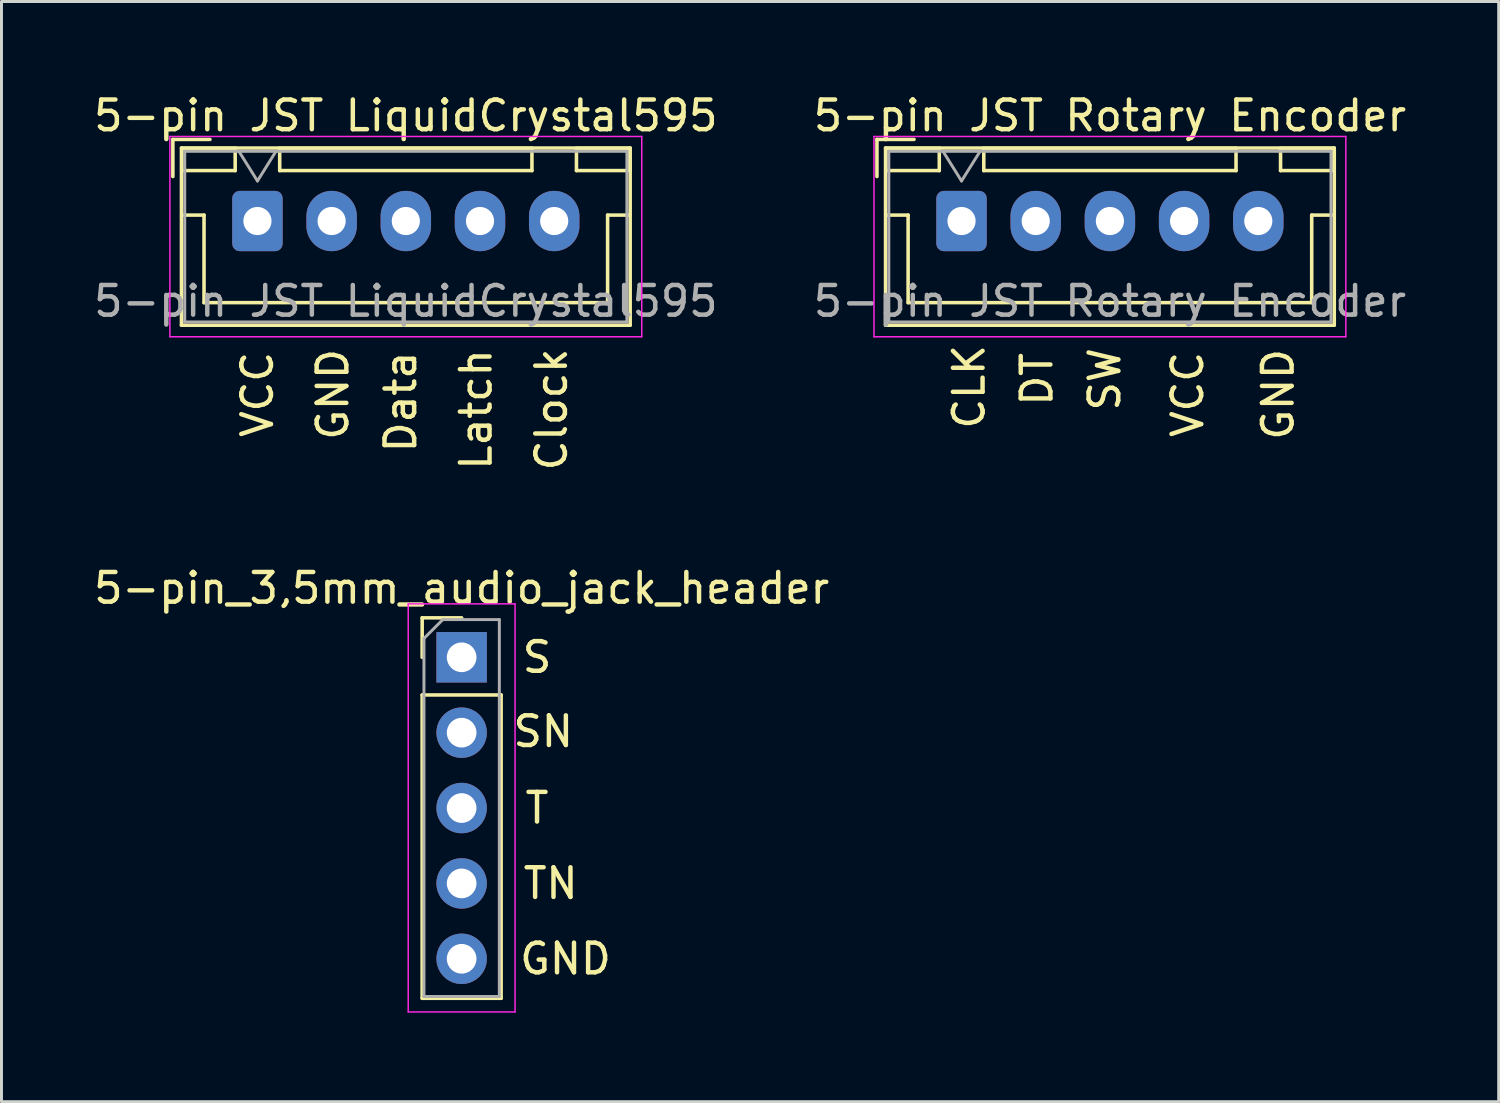
<source format=kicad_pcb>
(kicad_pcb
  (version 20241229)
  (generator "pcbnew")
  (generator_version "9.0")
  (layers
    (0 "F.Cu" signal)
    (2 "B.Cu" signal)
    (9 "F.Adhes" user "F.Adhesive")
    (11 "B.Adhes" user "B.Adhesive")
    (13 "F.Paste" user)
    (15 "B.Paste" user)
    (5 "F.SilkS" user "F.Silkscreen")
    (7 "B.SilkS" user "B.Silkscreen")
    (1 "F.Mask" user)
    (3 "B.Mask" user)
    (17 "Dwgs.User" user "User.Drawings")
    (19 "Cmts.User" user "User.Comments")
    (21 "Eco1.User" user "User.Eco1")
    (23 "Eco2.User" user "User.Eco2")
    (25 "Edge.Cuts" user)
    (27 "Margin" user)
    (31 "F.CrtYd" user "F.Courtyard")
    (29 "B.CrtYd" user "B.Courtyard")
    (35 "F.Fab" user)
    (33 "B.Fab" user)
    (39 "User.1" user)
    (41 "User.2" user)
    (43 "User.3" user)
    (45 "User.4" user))
  (footprint "5-pin_3,5mm_audio_jack_header"
    (layer "F.Cu")
    (at 12.506 19.099)
    (property "Reference" "5-pin_3,5mm_audio_jack_header" (at 0 -2.33 0) (layer "F.SilkS") (effects (font (size 1 1) (thickness 0.15))))
    (attr through_hole)
    (fp_line (start -1.33 -1.33) (end 0 -1.33) (stroke (width 0.12) (type solid)) (layer "F.SilkS"))
    (fp_line (start -1.33 0) (end -1.33 -1.33) (stroke (width 0.12) (type solid)) (layer "F.SilkS"))
    (fp_line (start -1.33 1.27) (end -1.33 11.49) (stroke (width 0.12) (type solid)) (layer "F.SilkS"))
    (fp_line (start -1.33 1.27) (end 1.33 1.27) (stroke (width 0.12) (type solid)) (layer "F.SilkS"))
    (fp_line (start -1.33 11.49) (end 1.33 11.49) (stroke (width 0.12) (type solid)) (layer "F.SilkS"))
    (fp_line (start 1.33 1.27) (end 1.33 11.49) (stroke (width 0.12) (type solid)) (layer "F.SilkS"))
    (fp_line (start -1.8 -1.8) (end -1.8 11.95) (stroke (width 0.05) (type solid)) (layer "F.CrtYd"))
    (fp_line (start -1.8 11.95) (end 1.8 11.95) (stroke (width 0.05) (type solid)) (layer "F.CrtYd"))
    (fp_line (start 1.8 -1.8) (end -1.8 -1.8) (stroke (width 0.05) (type solid)) (layer "F.CrtYd"))
    (fp_line (start 1.8 11.95) (end 1.8 -1.8) (stroke (width 0.05) (type solid)) (layer "F.CrtYd"))
    (fp_line (start -1.27 -0.635) (end -0.635 -1.27) (stroke (width 0.1) (type solid)) (layer "F.Fab"))
    (fp_line (start -1.27 11.43) (end -1.27 -0.635) (stroke (width 0.1) (type solid)) (layer "F.Fab"))
    (fp_line (start -0.635 -1.27) (end 1.27 -1.27) (stroke (width 0.1) (type solid)) (layer "F.Fab"))
    (fp_line (start 1.27 -1.27) (end 1.27 11.43) (stroke (width 0.1) (type solid)) (layer "F.Fab"))
    (fp_line (start 1.27 11.43) (end -1.27 11.43) (stroke (width 0.1) (type solid)) (layer "F.Fab"))
    (fp_text user "T" (at 2.54 5.08 0) (layer "F.SilkS") (effects (font (size 1 1) (thickness 0.15))))
    (fp_text user "S" (at 2.54 0 0) (layer "F.SilkS") (effects (font (size 1 1) (thickness 0.15))))
    (fp_text user "TN" (at 3 7.62 0) (layer "F.SilkS") (effects (font (size 1 1) (thickness 0.15))))
    (fp_text user "SN" (at 2.75 2.5 0) (layer "F.SilkS") (effects (font (size 1 1) (thickness 0.15))))
    (fp_text user "GND" (at 3.5 10.16 0) (layer "F.SilkS") (effects (font (size 1 1) (thickness 0.15))))
    (pad "1" thru_hole rect (at 0 0) (size 1.7 1.7) (drill 1) (layers "*.Cu" "*.Mask"))
    (pad "2" thru_hole oval (at 0 2.54) (size 1.7 1.7) (drill 1) (layers "*.Cu" "*.Mask"))
    (pad "3" thru_hole oval (at 0 5.08) (size 1.7 1.7) (drill 1) (layers "*.Cu" "*.Mask"))
    (pad "4" thru_hole oval (at 0 7.62) (size 1.7 1.7) (drill 1) (layers "*.Cu" "*.Mask"))
    (pad "5" thru_hole oval (at 0 10.16) (size 1.7 1.7) (drill 1) (layers "*.Cu" "*.Mask")))
  (footprint "5-pin JST LiquidCrystal595"
    (layer "F.Cu")
    (at 5.625 4.398)
    (property "Reference" "5-pin JST LiquidCrystal595" (at 5 -3.55 0) (layer "F.SilkS") (effects (font (size 1 1) (thickness 0.15))))
    (attr through_hole)
    (fp_line (start -2.85 -2.75) (end -2.85 -1.5) (stroke (width 0.12) (type solid)) (layer "F.SilkS"))
    (fp_line (start -2.56 -2.46) (end -2.56 3.51) (stroke (width 0.12) (type solid)) (layer "F.SilkS"))
    (fp_line (start -2.56 3.51) (end 12.56 3.51) (stroke (width 0.12) (type solid)) (layer "F.SilkS"))
    (fp_line (start -2.55 -2.45) (end -2.55 -1.7) (stroke (width 0.12) (type solid)) (layer "F.SilkS"))
    (fp_line (start -2.55 -1.7) (end -0.75 -1.7) (stroke (width 0.12) (type solid)) (layer "F.SilkS"))
    (fp_line (start -2.55 -0.2) (end -1.8 -0.2) (stroke (width 0.12) (type solid)) (layer "F.SilkS"))
    (fp_line (start -1.8 -0.2) (end -1.8 2.75) (stroke (width 0.12) (type solid)) (layer "F.SilkS"))
    (fp_line (start -1.8 2.75) (end 5 2.75) (stroke (width 0.12) (type solid)) (layer "F.SilkS"))
    (fp_line (start -1.6 -2.75) (end -2.85 -2.75) (stroke (width 0.12) (type solid)) (layer "F.SilkS"))
    (fp_line (start -0.75 -2.45) (end -2.55 -2.45) (stroke (width 0.12) (type solid)) (layer "F.SilkS"))
    (fp_line (start -0.75 -1.7) (end -0.75 -2.45) (stroke (width 0.12) (type solid)) (layer "F.SilkS"))
    (fp_line (start 0.75 -2.45) (end 0.75 -1.7) (stroke (width 0.12) (type solid)) (layer "F.SilkS"))
    (fp_line (start 0.75 -1.7) (end 9.25 -1.7) (stroke (width 0.12) (type solid)) (layer "F.SilkS"))
    (fp_line (start 9.25 -2.45) (end 0.75 -2.45) (stroke (width 0.12) (type solid)) (layer "F.SilkS"))
    (fp_line (start 9.25 -1.7) (end 9.25 -2.45) (stroke (width 0.12) (type solid)) (layer "F.SilkS"))
    (fp_line (start 10.75 -2.45) (end 10.75 -1.7) (stroke (width 0.12) (type solid)) (layer "F.SilkS"))
    (fp_line (start 10.75 -1.7) (end 12.55 -1.7) (stroke (width 0.12) (type solid)) (layer "F.SilkS"))
    (fp_line (start 11.8 -0.2) (end 11.8 2.75) (stroke (width 0.12) (type solid)) (layer "F.SilkS"))
    (fp_line (start 11.8 2.75) (end 5 2.75) (stroke (width 0.12) (type solid)) (layer "F.SilkS"))
    (fp_line (start 12.55 -2.45) (end 10.75 -2.45) (stroke (width 0.12) (type solid)) (layer "F.SilkS"))
    (fp_line (start 12.55 -1.7) (end 12.55 -2.45) (stroke (width 0.12) (type solid)) (layer "F.SilkS"))
    (fp_line (start 12.55 -0.2) (end 11.8 -0.2) (stroke (width 0.12) (type solid)) (layer "F.SilkS"))
    (fp_line (start 12.56 -2.46) (end -2.56 -2.46) (stroke (width 0.12) (type solid)) (layer "F.SilkS"))
    (fp_line (start 12.56 3.51) (end 12.56 -2.46) (stroke (width 0.12) (type solid)) (layer "F.SilkS"))
    (fp_line (start -2.95 -2.85) (end -2.95 3.9) (stroke (width 0.05) (type solid)) (layer "F.CrtYd"))
    (fp_line (start -2.95 3.9) (end 12.95 3.9) (stroke (width 0.05) (type solid)) (layer "F.CrtYd"))
    (fp_line (start 12.95 -2.85) (end -2.95 -2.85) (stroke (width 0.05) (type solid)) (layer "F.CrtYd"))
    (fp_line (start 12.95 3.9) (end 12.95 -2.85) (stroke (width 0.05) (type solid)) (layer "F.CrtYd"))
    (fp_line (start -2.45 -2.35) (end -2.45 3.4) (stroke (width 0.1) (type solid)) (layer "F.Fab"))
    (fp_line (start -2.45 3.4) (end 12.45 3.4) (stroke (width 0.1) (type solid)) (layer "F.Fab"))
    (fp_line (start -0.625 -2.35) (end 0 -1.35) (stroke (width 0.1) (type solid)) (layer "F.Fab"))
    (fp_line (start 0 -1.35) (end 0.625 -2.35) (stroke (width 0.1) (type solid)) (layer "F.Fab"))
    (fp_line (start 12.45 -2.35) (end -2.45 -2.35) (stroke (width 0.1) (type solid)) (layer "F.Fab"))
    (fp_line (start 12.45 3.4) (end 12.45 -2.35) (stroke (width 0.1) (type solid)) (layer "F.Fab"))
    (fp_text user "VCC" (at 0 5.842 90) (unlocked yes) (layer "F.SilkS") (effects (font (size 1 1) (thickness 0.15))))
    (fp_text user "Clock" (at 9.906 6.35 90) (unlocked yes) (layer "F.SilkS") (effects (font (size 1 1) (thickness 0.15))))
    (fp_text user "GND" (at 2.54 5.842 90) (unlocked yes) (layer "F.SilkS") (effects (font (size 1 1) (thickness 0.15))))
    (fp_text user "Data" (at 4.826 6.096 90) (unlocked yes) (layer "F.SilkS") (effects (font (size 1 1) (thickness 0.15))))
    (fp_text user "Latch" (at 7.366 6.35 90) (unlocked yes) (layer "F.SilkS") (effects (font (size 1 1) (thickness 0.15))))
    (fp_text user "${REFERENCE}" (at 5 2.7 0) (layer "F.Fab") (effects (font (size 1 1) (thickness 0.15))))
    (pad "1" thru_hole roundrect (at 0 0) (size 1.7 2.032) (drill 0.95) (layers "*.Cu" "*.Mask") (roundrect_rratio 0.147))
    (pad "2" thru_hole oval (at 2.5 0) (size 1.7 2.032) (drill 0.95) (layers "*.Cu" "*.Mask"))
    (pad "3" thru_hole oval (at 5 0) (size 1.7 2.032) (drill 0.95) (layers "*.Cu" "*.Mask"))
    (pad "4" thru_hole oval (at 7.5 0) (size 1.7 2.032) (drill 0.95) (layers "*.Cu" "*.Mask"))
    (pad "5" thru_hole oval (at 10 0) (size 1.7 2.032) (drill 0.95) (layers "*.Cu" "*.Mask")))
  (footprint "5-pin JST Rotary Encoder"
    (layer "F.Cu")
    (at 29.351 4.398)
    (property "Reference" "5-pin JST Rotary Encoder" (at 5 -3.55 0) (layer "F.SilkS") (effects (font (size 1 1) (thickness 0.15))))
    (attr through_hole)
    (fp_line (start -2.85 -2.75) (end -2.85 -1.5) (stroke (width 0.12) (type solid)) (layer "F.SilkS"))
    (fp_line (start -2.56 -2.46) (end -2.56 3.51) (stroke (width 0.12) (type solid)) (layer "F.SilkS"))
    (fp_line (start -2.56 3.51) (end 12.56 3.51) (stroke (width 0.12) (type solid)) (layer "F.SilkS"))
    (fp_line (start -2.55 -2.45) (end -2.55 -1.7) (stroke (width 0.12) (type solid)) (layer "F.SilkS"))
    (fp_line (start -2.55 -1.7) (end -0.75 -1.7) (stroke (width 0.12) (type solid)) (layer "F.SilkS"))
    (fp_line (start -2.55 -0.2) (end -1.8 -0.2) (stroke (width 0.12) (type solid)) (layer "F.SilkS"))
    (fp_line (start -1.8 -0.2) (end -1.8 2.75) (stroke (width 0.12) (type solid)) (layer "F.SilkS"))
    (fp_line (start -1.8 2.75) (end 5 2.75) (stroke (width 0.12) (type solid)) (layer "F.SilkS"))
    (fp_line (start -1.6 -2.75) (end -2.85 -2.75) (stroke (width 0.12) (type solid)) (layer "F.SilkS"))
    (fp_line (start -0.75 -2.45) (end -2.55 -2.45) (stroke (width 0.12) (type solid)) (layer "F.SilkS"))
    (fp_line (start -0.75 -1.7) (end -0.75 -2.45) (stroke (width 0.12) (type solid)) (layer "F.SilkS"))
    (fp_line (start 0.75 -2.45) (end 0.75 -1.7) (stroke (width 0.12) (type solid)) (layer "F.SilkS"))
    (fp_line (start 0.75 -1.7) (end 9.25 -1.7) (stroke (width 0.12) (type solid)) (layer "F.SilkS"))
    (fp_line (start 9.25 -2.45) (end 0.75 -2.45) (stroke (width 0.12) (type solid)) (layer "F.SilkS"))
    (fp_line (start 9.25 -1.7) (end 9.25 -2.45) (stroke (width 0.12) (type solid)) (layer "F.SilkS"))
    (fp_line (start 10.75 -2.45) (end 10.75 -1.7) (stroke (width 0.12) (type solid)) (layer "F.SilkS"))
    (fp_line (start 10.75 -1.7) (end 12.55 -1.7) (stroke (width 0.12) (type solid)) (layer "F.SilkS"))
    (fp_line (start 11.8 -0.2) (end 11.8 2.75) (stroke (width 0.12) (type solid)) (layer "F.SilkS"))
    (fp_line (start 11.8 2.75) (end 5 2.75) (stroke (width 0.12) (type solid)) (layer "F.SilkS"))
    (fp_line (start 12.55 -2.45) (end 10.75 -2.45) (stroke (width 0.12) (type solid)) (layer "F.SilkS"))
    (fp_line (start 12.55 -1.7) (end 12.55 -2.45) (stroke (width 0.12) (type solid)) (layer "F.SilkS"))
    (fp_line (start 12.55 -0.2) (end 11.8 -0.2) (stroke (width 0.12) (type solid)) (layer "F.SilkS"))
    (fp_line (start 12.56 -2.46) (end -2.56 -2.46) (stroke (width 0.12) (type solid)) (layer "F.SilkS"))
    (fp_line (start 12.56 3.51) (end 12.56 -2.46) (stroke (width 0.12) (type solid)) (layer "F.SilkS"))
    (fp_line (start -2.95 -2.85) (end -2.95 3.9) (stroke (width 0.05) (type solid)) (layer "F.CrtYd"))
    (fp_line (start -2.95 3.9) (end 12.95 3.9) (stroke (width 0.05) (type solid)) (layer "F.CrtYd"))
    (fp_line (start 12.95 -2.85) (end -2.95 -2.85) (stroke (width 0.05) (type solid)) (layer "F.CrtYd"))
    (fp_line (start 12.95 3.9) (end 12.95 -2.85) (stroke (width 0.05) (type solid)) (layer "F.CrtYd"))
    (fp_line (start -2.45 -2.35) (end -2.45 3.4) (stroke (width 0.1) (type solid)) (layer "F.Fab"))
    (fp_line (start -2.45 3.4) (end 12.45 3.4) (stroke (width 0.1) (type solid)) (layer "F.Fab"))
    (fp_line (start -0.625 -2.35) (end 0 -1.35) (stroke (width 0.1) (type solid)) (layer "F.Fab"))
    (fp_line (start 0 -1.35) (end 0.625 -2.35) (stroke (width 0.1) (type solid)) (layer "F.Fab"))
    (fp_line (start 12.45 -2.35) (end -2.45 -2.35) (stroke (width 0.1) (type solid)) (layer "F.Fab"))
    (fp_line (start 12.45 3.4) (end 12.45 -2.35) (stroke (width 0.1) (type solid)) (layer "F.Fab"))
    (fp_text user "CLK" (at 0.254 5.588 90) (unlocked yes) (layer "F.SilkS") (effects (font (size 1 1) (thickness 0.15))))
    (fp_text user "VCC" (at 7.62 5.842 90) (unlocked yes) (layer "F.SilkS") (effects (font (size 1 1) (thickness 0.15))))
    (fp_text user "DT" (at 2.54 5.334 90) (unlocked yes) (layer "F.SilkS") (effects (font (size 1 1) (thickness 0.15))))
    (fp_text user "GND" (at 10.668 5.842 90) (unlocked yes) (layer "F.SilkS") (effects (font (size 1 1) (thickness 0.15))))
    (fp_text user "SW" (at 4.826 5.334 90) (unlocked yes) (layer "F.SilkS") (effects (font (size 1 1) (thickness 0.15))))
    (fp_text user "${REFERENCE}" (at 5 2.7 0) (layer "F.Fab") (effects (font (size 1 1) (thickness 0.15))))
    (pad "1" thru_hole roundrect (at 0 0) (size 1.7 2.032) (drill 0.95) (layers "*.Cu" "*.Mask") (roundrect_rratio 0.147))
    (pad "2" thru_hole oval (at 2.5 0) (size 1.7 2.032) (drill 0.95) (layers "*.Cu" "*.Mask"))
    (pad "3" thru_hole oval (at 5 0) (size 1.7 2.032) (drill 0.95) (layers "*.Cu" "*.Mask"))
    (pad "4" thru_hole oval (at 7.5 0) (size 1.7 2.032) (drill 0.95) (layers "*.Cu" "*.Mask"))
    (pad "5" thru_hole oval (at 10 0) (size 1.7 2.032) (drill 0.95) (layers "*.Cu" "*.Mask")))
  (gr_rect
    (start -3 -3)
    (end 47.452 34.074)
    (stroke (width 0.1) (type default))
    (fill no)
    (layer "Edge.Cuts")))
</source>
